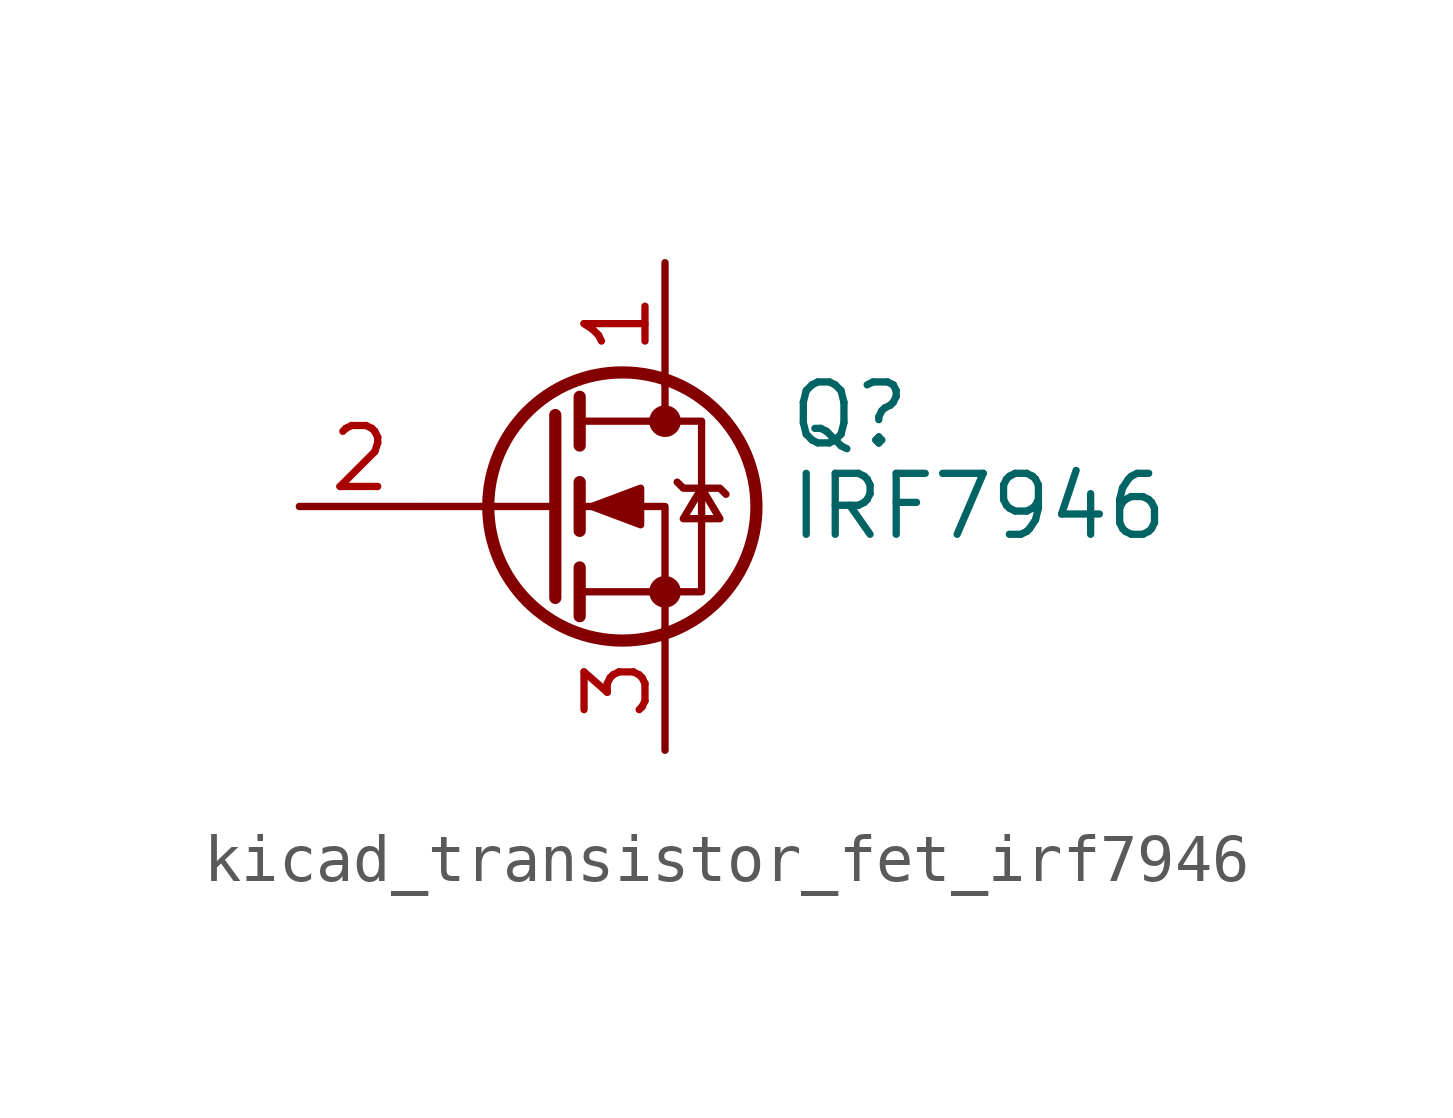
<source format=kicad_sym>
(kicad_symbol_lib
  (version 20220914)
  (generator kicad_symbol_editor)
  (symbol "kicad_transistor_fet_irf7946"
    (pin_names hide)
    (property "Reference" "Q"
      (at 5.08 1.905 0)
      (effects (font (size 1.27 1.27)) (justify left)))
    (property "Value" "IRF7946"
      (at 5.08 0 0)
      (effects (font (size 1.27 1.27)) (justify left)))
    (symbol "kicad_transistor_fet_irf7946_0_1"
      (polyline (pts (xy 0.254 0) (xy -2.54 0)) (stroke (width 0) (type default)) (fill (type none)))
      (polyline (pts (xy 0.254 1.905) (xy 0.254 -1.905)) (stroke (width 0.254) (type default)) (fill (type none)))
      (polyline (pts (xy 0.762 -1.27) (xy 0.762 -2.286)) (stroke (width 0.254) (type default)) (fill (type none)))
      (polyline (pts (xy 0.762 0.508) (xy 0.762 -0.508)) (stroke (width 0.254) (type default)) (fill (type none)))
      (polyline (pts (xy 0.762 2.286) (xy 0.762 1.27)) (stroke (width 0.254) (type default)) (fill (type none)))
      (polyline (pts (xy 2.54 2.54) (xy 2.54 1.778)) (stroke (width 0) (type default)) (fill (type none)))
      (polyline (pts (xy 2.54 -2.54) (xy 2.54 0) (xy 0.762 0)) (stroke (width 0) (type default)) (fill (type none)))
      (polyline (pts (xy 0.762 -1.778) (xy 3.302 -1.778) (xy 3.302 1.778) (xy 0.762 1.778)) (stroke (width 0) (type default)) (fill (type none)))
      (polyline (pts (xy 1.016 0) (xy 2.032 0.381) (xy 2.032 -0.381) (xy 1.016 0)) (stroke (width 0) (type default)) (fill (type outline)))
      (polyline (pts (xy 2.794 0.508) (xy 2.921 0.381) (xy 3.683 0.381) (xy 3.81 0.254)) (stroke (width 0) (type default)) (fill (type none)))
      (polyline (pts (xy 3.302 0.381) (xy 2.921 -0.254) (xy 3.683 -0.254) (xy 3.302 0.381)) (stroke (width 0) (type default)) (fill (type none)))
      (circle (center 1.651 0) (radius 2.794) (stroke (width 0.254) (type default)) (fill (type none)))
      (circle (center 2.54 -1.778) (radius 0.254) (stroke (width 0) (type default)) (fill (type outline)))
      (circle (center 2.54 1.778) (radius 0.254) (stroke (width 0) (type default)) (fill (type outline))))
    (symbol "kicad_transistor_fet_irf7946_1_1"
      (pin passive line (at 2.54 5.08 270) (length 2.54) (name "D" (effects (font (size 1.27 1.27)))) (number "1" (effects (font (size 1.27 1.27)))))
      (pin input line (at -5.08 0 0) (length 2.54) (name "G" (effects (font (size 1.27 1.27)))) (number "2" (effects (font (size 1.27 1.27)))))
      (pin passive line (at 2.54 -5.08 90) (length 2.54) (name "S" (effects (font (size 1.27 1.27)))) (number "3" (effects (font (size 1.27 1.27))))))))
</source>
